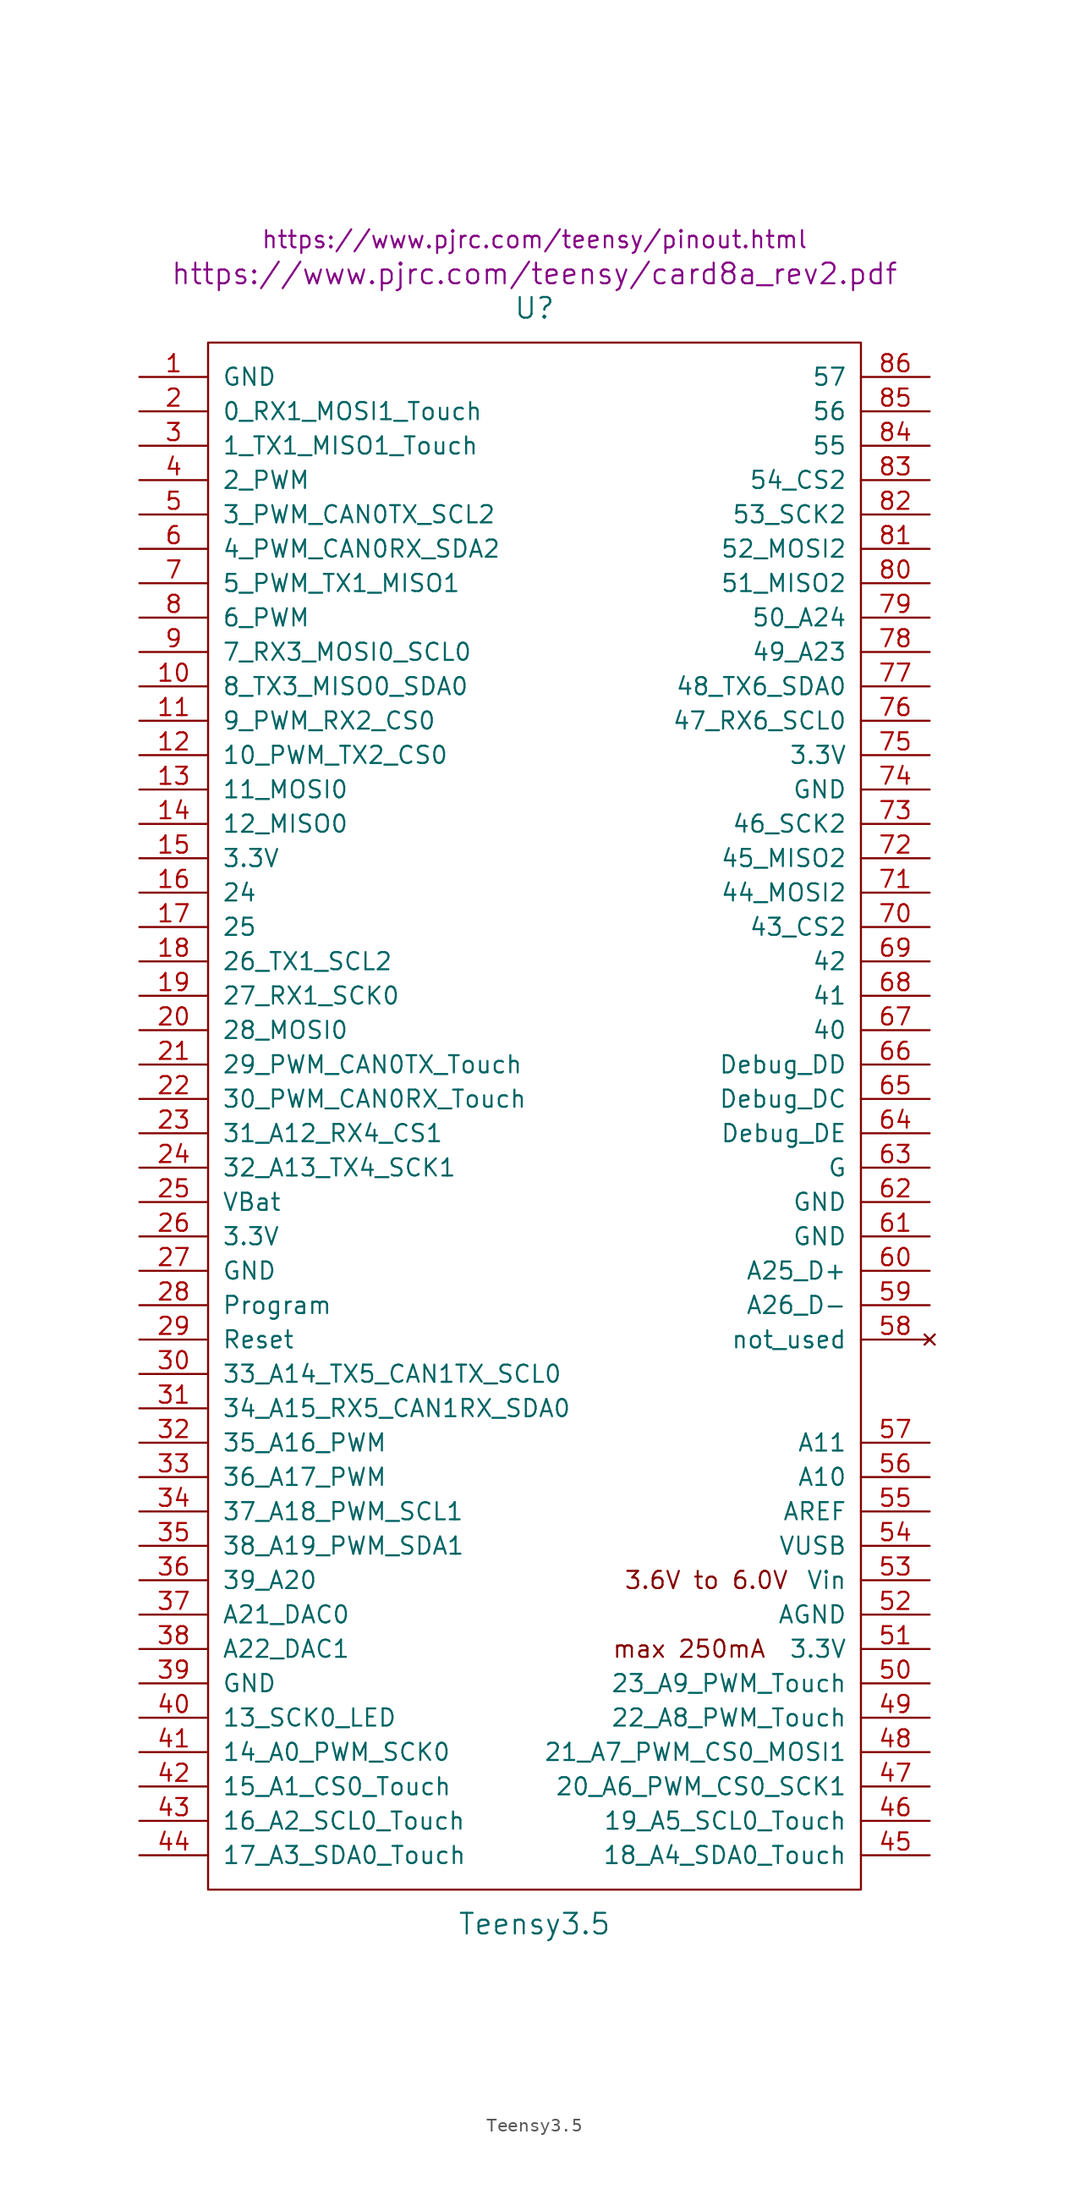
<source format=kicad_sym>
(kicad_symbol_lib
  (version 20211014)
  (generator kicad_symbol_editor)
  (symbol "Teensy3.5"
    (pin_names
      (offset 1.016))
    (property "Reference" "U"
      (at 0 59.69 0)
      (effects (font (size 1.524 1.524))))
    (property "Value" "Teensy3.5"
      (at 0 -59.69 0)
      (effects (font (size 1.524 1.524))))
    (property "Footprint" ""
      (at -2.54 57.15 0)
      (effects (font (size 1.524 1.524))))
    (property "Datasheet" "https://www.pjrc.com/teensy/card8a_rev2.pdf"
      (at 0 62.23 0)
      (effects (font (size 1.524 1.524))))
    (property "Pinouts" "https://www.pjrc.com/teensy/pinout.html"
      (at 0 64.77 0)
      (effects (font (size 1.27 1.27))))
    (symbol "Teensy3.5_0_0"
      (text "3.6V to 6.0V" (at 12.7 -34.29 0) (effects (font (size 1.27 1.27))))
      (text "max 250mA" (at 11.43 -39.37 0) (effects (font (size 1.27 1.27)))))
    (symbol "Teensy3.5_0_1"
      (rectangle (start -24.13 57.15) (end 24.13 -57.15) (stroke (width 0) (type default) (color 0 0 0 0)) (fill (type none))))
    (symbol "Teensy3.5_1_1"
      (pin power_in line (at -29.21 54.61 0) (length 5.08) (name "GND" (effects (font (size 1.27 1.27)))) (number "1" (effects (font (size 1.27 1.27)))))
      (pin bidirectional line (at -29.21 31.75 0) (length 5.08) (name "8_TX3_MISO0_SDA0" (effects (font (size 1.27 1.27)))) (number "10" (effects (font (size 1.27 1.27)))))
      (pin bidirectional line (at -29.21 29.21 0) (length 5.08) (name "9_PWM_RX2_CS0" (effects (font (size 1.27 1.27)))) (number "11" (effects (font (size 1.27 1.27)))))
      (pin bidirectional line (at -29.21 26.67 0) (length 5.08) (name "10_PWM_TX2_CS0" (effects (font (size 1.27 1.27)))) (number "12" (effects (font (size 1.27 1.27)))))
      (pin bidirectional line (at -29.21 24.13 0) (length 5.08) (name "11_MOSI0" (effects (font (size 1.27 1.27)))) (number "13" (effects (font (size 1.27 1.27)))))
      (pin bidirectional line (at -29.21 21.59 0) (length 5.08) (name "12_MISO0" (effects (font (size 1.27 1.27)))) (number "14" (effects (font (size 1.27 1.27)))))
      (pin power_out line (at -29.21 19.05 0) (length 5.08) (name "3.3V" (effects (font (size 1.27 1.27)))) (number "15" (effects (font (size 1.27 1.27)))))
      (pin bidirectional line (at -29.21 16.51 0) (length 5.08) (name "24" (effects (font (size 1.27 1.27)))) (number "16" (effects (font (size 1.27 1.27)))))
      (pin bidirectional line (at -29.21 13.97 0) (length 5.08) (name "25" (effects (font (size 1.27 1.27)))) (number "17" (effects (font (size 1.27 1.27)))))
      (pin bidirectional line (at -29.21 11.43 0) (length 5.08) (name "26_TX1_SCL2" (effects (font (size 1.27 1.27)))) (number "18" (effects (font (size 1.27 1.27)))))
      (pin bidirectional line (at -29.21 8.89 0) (length 5.08) (name "27_RX1_SCK0" (effects (font (size 1.27 1.27)))) (number "19" (effects (font (size 1.27 1.27)))))
      (pin bidirectional line (at -29.21 52.07 0) (length 5.08) (name "0_RX1_MOSI1_Touch" (effects (font (size 1.27 1.27)))) (number "2" (effects (font (size 1.27 1.27)))))
      (pin bidirectional line (at -29.21 6.35 0) (length 5.08) (name "28_MOSI0" (effects (font (size 1.27 1.27)))) (number "20" (effects (font (size 1.27 1.27)))))
      (pin bidirectional line (at -29.21 3.81 0) (length 5.08) (name "29_PWM_CAN0TX_Touch" (effects (font (size 1.27 1.27)))) (number "21" (effects (font (size 1.27 1.27)))))
      (pin bidirectional line (at -29.21 1.27 0) (length 5.08) (name "30_PWM_CAN0RX_Touch" (effects (font (size 1.27 1.27)))) (number "22" (effects (font (size 1.27 1.27)))))
      (pin bidirectional line (at -29.21 -1.27 0) (length 5.08) (name "31_A12_RX4_CS1" (effects (font (size 1.27 1.27)))) (number "23" (effects (font (size 1.27 1.27)))))
      (pin bidirectional line (at -29.21 -3.81 0) (length 5.08) (name "32_A13_TX4_SCK1" (effects (font (size 1.27 1.27)))) (number "24" (effects (font (size 1.27 1.27)))))
      (pin power_in line (at -29.21 -6.35 0) (length 5.08) (name "VBat" (effects (font (size 1.27 1.27)))) (number "25" (effects (font (size 1.27 1.27)))))
      (pin power_in line (at -29.21 -8.89 0) (length 5.08) (name "3.3V" (effects (font (size 1.27 1.27)))) (number "26" (effects (font (size 1.27 1.27)))))
      (pin power_in line (at -29.21 -11.43 0) (length 5.08) (name "GND" (effects (font (size 1.27 1.27)))) (number "27" (effects (font (size 1.27 1.27)))))
      (pin input line (at -29.21 -13.97 0) (length 5.08) (name "Program" (effects (font (size 1.27 1.27)))) (number "28" (effects (font (size 1.27 1.27)))))
      (pin input line (at -29.21 -16.51 0) (length 5.08) (name "Reset" (effects (font (size 1.27 1.27)))) (number "29" (effects (font (size 1.27 1.27)))))
      (pin bidirectional line (at -29.21 49.53 0) (length 5.08) (name "1_TX1_MISO1_Touch" (effects (font (size 1.27 1.27)))) (number "3" (effects (font (size 1.27 1.27)))))
      (pin bidirectional line (at -29.21 -19.05 0) (length 5.08) (name "33_A14_TX5_CAN1TX_SCL0" (effects (font (size 1.27 1.27)))) (number "30" (effects (font (size 1.27 1.27)))))
      (pin bidirectional line (at -29.21 -21.59 0) (length 5.08) (name "34_A15_RX5_CAN1RX_SDA0" (effects (font (size 1.27 1.27)))) (number "31" (effects (font (size 1.27 1.27)))))
      (pin bidirectional line (at -29.21 -24.13 0) (length 5.08) (name "35_A16_PWM" (effects (font (size 1.27 1.27)))) (number "32" (effects (font (size 1.27 1.27)))))
      (pin bidirectional line (at -29.21 -26.67 0) (length 5.08) (name "36_A17_PWM" (effects (font (size 1.27 1.27)))) (number "33" (effects (font (size 1.27 1.27)))))
      (pin bidirectional line (at -29.21 -29.21 0) (length 5.08) (name "37_A18_PWM_SCL1" (effects (font (size 1.27 1.27)))) (number "34" (effects (font (size 1.27 1.27)))))
      (pin bidirectional line (at -29.21 -31.75 0) (length 5.08) (name "38_A19_PWM_SDA1" (effects (font (size 1.27 1.27)))) (number "35" (effects (font (size 1.27 1.27)))))
      (pin bidirectional line (at -29.21 -34.29 0) (length 5.08) (name "39_A20" (effects (font (size 1.27 1.27)))) (number "36" (effects (font (size 1.27 1.27)))))
      (pin bidirectional line (at -29.21 -36.83 0) (length 5.08) (name "A21_DAC0" (effects (font (size 1.27 1.27)))) (number "37" (effects (font (size 1.27 1.27)))))
      (pin bidirectional line (at -29.21 -39.37 0) (length 5.08) (name "A22_DAC1" (effects (font (size 1.27 1.27)))) (number "38" (effects (font (size 1.27 1.27)))))
      (pin power_in line (at -29.21 -41.91 0) (length 5.08) (name "GND" (effects (font (size 1.27 1.27)))) (number "39" (effects (font (size 1.27 1.27)))))
      (pin bidirectional line (at -29.21 46.99 0) (length 5.08) (name "2_PWM" (effects (font (size 1.27 1.27)))) (number "4" (effects (font (size 1.27 1.27)))))
      (pin bidirectional line (at -29.21 -44.45 0) (length 5.08) (name "13_SCK0_LED" (effects (font (size 1.27 1.27)))) (number "40" (effects (font (size 1.27 1.27)))))
      (pin bidirectional line (at -29.21 -46.99 0) (length 5.08) (name "14_A0_PWM_SCK0" (effects (font (size 1.27 1.27)))) (number "41" (effects (font (size 1.27 1.27)))))
      (pin bidirectional line (at -29.21 -49.53 0) (length 5.08) (name "15_A1_CS0_Touch" (effects (font (size 1.27 1.27)))) (number "42" (effects (font (size 1.27 1.27)))))
      (pin bidirectional line (at -29.21 -52.07 0) (length 5.08) (name "16_A2_SCL0_Touch" (effects (font (size 1.27 1.27)))) (number "43" (effects (font (size 1.27 1.27)))))
      (pin bidirectional line (at -29.21 -54.61 0) (length 5.08) (name "17_A3_SDA0_Touch" (effects (font (size 1.27 1.27)))) (number "44" (effects (font (size 1.27 1.27)))))
      (pin bidirectional line (at 29.21 -54.61 180) (length 5.08) (name "18_A4_SDA0_Touch" (effects (font (size 1.27 1.27)))) (number "45" (effects (font (size 1.27 1.27)))))
      (pin bidirectional line (at 29.21 -52.07 180) (length 5.08) (name "19_A5_SCL0_Touch" (effects (font (size 1.27 1.27)))) (number "46" (effects (font (size 1.27 1.27)))))
      (pin bidirectional line (at 29.21 -49.53 180) (length 5.08) (name "20_A6_PWM_CS0_SCK1" (effects (font (size 1.27 1.27)))) (number "47" (effects (font (size 1.27 1.27)))))
      (pin bidirectional line (at 29.21 -46.99 180) (length 5.08) (name "21_A7_PWM_CS0_MOSI1" (effects (font (size 1.27 1.27)))) (number "48" (effects (font (size 1.27 1.27)))))
      (pin bidirectional line (at 29.21 -44.45 180) (length 5.08) (name "22_A8_PWM_Touch" (effects (font (size 1.27 1.27)))) (number "49" (effects (font (size 1.27 1.27)))))
      (pin bidirectional line (at -29.21 44.45 0) (length 5.08) (name "3_PWM_CAN0TX_SCL2" (effects (font (size 1.27 1.27)))) (number "5" (effects (font (size 1.27 1.27)))))
      (pin bidirectional line (at 29.21 -41.91 180) (length 5.08) (name "23_A9_PWM_Touch" (effects (font (size 1.27 1.27)))) (number "50" (effects (font (size 1.27 1.27)))))
      (pin power_out line (at 29.21 -39.37 180) (length 5.08) (name "3.3V" (effects (font (size 1.27 1.27)))) (number "51" (effects (font (size 1.27 1.27)))))
      (pin power_out line (at 29.21 -36.83 180) (length 5.08) (name "AGND" (effects (font (size 1.27 1.27)))) (number "52" (effects (font (size 1.27 1.27)))))
      (pin power_in line (at 29.21 -34.29 180) (length 5.08) (name "Vin" (effects (font (size 1.27 1.27)))) (number "53" (effects (font (size 1.27 1.27)))))
      (pin power_in line (at 29.21 -31.75 180) (length 5.08) (name "VUSB" (effects (font (size 1.27 1.27)))) (number "54" (effects (font (size 1.27 1.27)))))
      (pin input line (at 29.21 -29.21 180) (length 5.08) (name "AREF" (effects (font (size 1.27 1.27)))) (number "55" (effects (font (size 1.27 1.27)))))
      (pin bidirectional line (at 29.21 -26.67 180) (length 5.08) (name "A10" (effects (font (size 1.27 1.27)))) (number "56" (effects (font (size 1.27 1.27)))))
      (pin bidirectional line (at 29.21 -24.13 180) (length 5.08) (name "A11" (effects (font (size 1.27 1.27)))) (number "57" (effects (font (size 1.27 1.27)))))
      (pin no_connect line (at 29.21 -16.51 180) (length 5.08) (name "not_used" (effects (font (size 1.27 1.27)))) (number "58" (effects (font (size 1.27 1.27)))))
      (pin bidirectional line (at 29.21 -13.97 180) (length 5.08) (name "A26_D-" (effects (font (size 1.27 1.27)))) (number "59" (effects (font (size 1.27 1.27)))))
      (pin bidirectional line (at -29.21 41.91 0) (length 5.08) (name "4_PWM_CAN0RX_SDA2" (effects (font (size 1.27 1.27)))) (number "6" (effects (font (size 1.27 1.27)))))
      (pin bidirectional line (at 29.21 -11.43 180) (length 5.08) (name "A25_D+" (effects (font (size 1.27 1.27)))) (number "60" (effects (font (size 1.27 1.27)))))
      (pin power_in line (at 29.21 -8.89 180) (length 5.08) (name "GND" (effects (font (size 1.27 1.27)))) (number "61" (effects (font (size 1.27 1.27)))))
      (pin power_in line (at 29.21 -6.35 180) (length 5.08) (name "GND" (effects (font (size 1.27 1.27)))) (number "62" (effects (font (size 1.27 1.27)))))
      (pin power_in line (at 29.21 -3.81 180) (length 5.08) (name "G" (effects (font (size 1.27 1.27)))) (number "63" (effects (font (size 1.27 1.27)))))
      (pin input line (at 29.21 -1.27 180) (length 5.08) (name "Debug_DE" (effects (font (size 1.27 1.27)))) (number "64" (effects (font (size 1.27 1.27)))))
      (pin input line (at 29.21 1.27 180) (length 5.08) (name "Debug_DC" (effects (font (size 1.27 1.27)))) (number "65" (effects (font (size 1.27 1.27)))))
      (pin input line (at 29.21 3.81 180) (length 5.08) (name "Debug_DD" (effects (font (size 1.27 1.27)))) (number "66" (effects (font (size 1.27 1.27)))))
      (pin bidirectional line (at 29.21 6.35 180) (length 5.08) (name "40" (effects (font (size 1.27 1.27)))) (number "67" (effects (font (size 1.27 1.27)))))
      (pin bidirectional line (at 29.21 8.89 180) (length 5.08) (name "41" (effects (font (size 1.27 1.27)))) (number "68" (effects (font (size 1.27 1.27)))))
      (pin bidirectional line (at 29.21 11.43 180) (length 5.08) (name "42" (effects (font (size 1.27 1.27)))) (number "69" (effects (font (size 1.27 1.27)))))
      (pin bidirectional line (at -29.21 39.37 0) (length 5.08) (name "5_PWM_TX1_MISO1" (effects (font (size 1.27 1.27)))) (number "7" (effects (font (size 1.27 1.27)))))
      (pin bidirectional line (at 29.21 13.97 180) (length 5.08) (name "43_CS2" (effects (font (size 1.27 1.27)))) (number "70" (effects (font (size 1.27 1.27)))))
      (pin bidirectional line (at 29.21 16.51 180) (length 5.08) (name "44_MOSI2" (effects (font (size 1.27 1.27)))) (number "71" (effects (font (size 1.27 1.27)))))
      (pin bidirectional line (at 29.21 19.05 180) (length 5.08) (name "45_MISO2" (effects (font (size 1.27 1.27)))) (number "72" (effects (font (size 1.27 1.27)))))
      (pin bidirectional line (at 29.21 21.59 180) (length 5.08) (name "46_SCK2" (effects (font (size 1.27 1.27)))) (number "73" (effects (font (size 1.27 1.27)))))
      (pin power_in line (at 29.21 24.13 180) (length 5.08) (name "GND" (effects (font (size 1.27 1.27)))) (number "74" (effects (font (size 1.27 1.27)))))
      (pin power_in line (at 29.21 26.67 180) (length 5.08) (name "3.3V" (effects (font (size 1.27 1.27)))) (number "75" (effects (font (size 1.27 1.27)))))
      (pin bidirectional line (at 29.21 29.21 180) (length 5.08) (name "47_RX6_SCL0" (effects (font (size 1.27 1.27)))) (number "76" (effects (font (size 1.27 1.27)))))
      (pin bidirectional line (at 29.21 31.75 180) (length 5.08) (name "48_TX6_SDA0" (effects (font (size 1.27 1.27)))) (number "77" (effects (font (size 1.27 1.27)))))
      (pin bidirectional line (at 29.21 34.29 180) (length 5.08) (name "49_A23" (effects (font (size 1.27 1.27)))) (number "78" (effects (font (size 1.27 1.27)))))
      (pin bidirectional line (at 29.21 36.83 180) (length 5.08) (name "50_A24" (effects (font (size 1.27 1.27)))) (number "79" (effects (font (size 1.27 1.27)))))
      (pin bidirectional line (at -29.21 36.83 0) (length 5.08) (name "6_PWM" (effects (font (size 1.27 1.27)))) (number "8" (effects (font (size 1.27 1.27)))))
      (pin bidirectional line (at 29.21 39.37 180) (length 5.08) (name "51_MISO2" (effects (font (size 1.27 1.27)))) (number "80" (effects (font (size 1.27 1.27)))))
      (pin bidirectional line (at 29.21 41.91 180) (length 5.08) (name "52_MOSI2" (effects (font (size 1.27 1.27)))) (number "81" (effects (font (size 1.27 1.27)))))
      (pin bidirectional line (at 29.21 44.45 180) (length 5.08) (name "53_SCK2" (effects (font (size 1.27 1.27)))) (number "82" (effects (font (size 1.27 1.27)))))
      (pin bidirectional line (at 29.21 46.99 180) (length 5.08) (name "54_CS2" (effects (font (size 1.27 1.27)))) (number "83" (effects (font (size 1.27 1.27)))))
      (pin bidirectional line (at 29.21 49.53 180) (length 5.08) (name "55" (effects (font (size 1.27 1.27)))) (number "84" (effects (font (size 1.27 1.27)))))
      (pin bidirectional line (at 29.21 52.07 180) (length 5.08) (name "56" (effects (font (size 1.27 1.27)))) (number "85" (effects (font (size 1.27 1.27)))))
      (pin bidirectional line (at 29.21 54.61 180) (length 5.08) (name "57" (effects (font (size 1.27 1.27)))) (number "86" (effects (font (size 1.27 1.27)))))
      (pin bidirectional line (at -29.21 34.29 0) (length 5.08) (name "7_RX3_MOSI0_SCL0" (effects (font (size 1.27 1.27)))) (number "9" (effects (font (size 1.27 1.27))))))))
</source>
